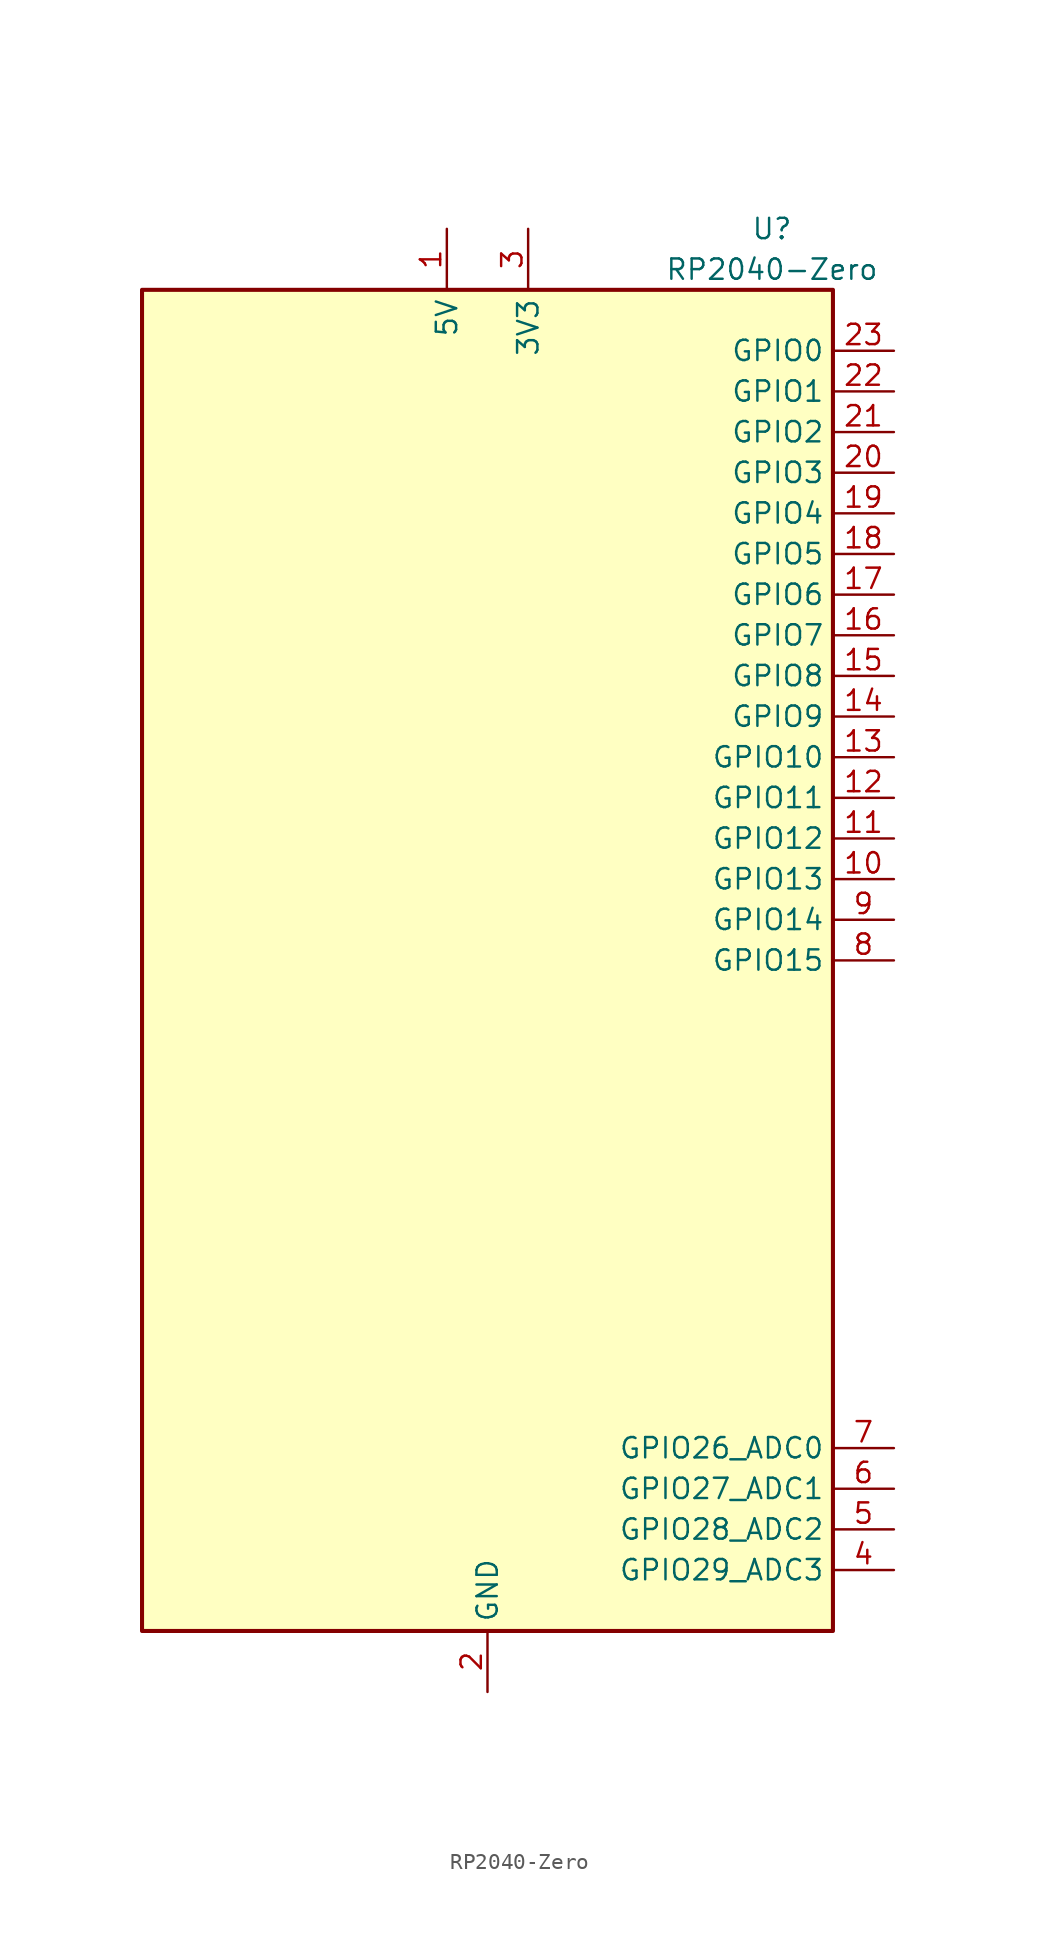
<source format=kicad_sym>
(kicad_symbol_lib
  (version 20211014)
  (generator kicad_symbol_editor)
  (symbol "RP2040-Zero"
    (property "Reference" "U"
      (at 17.78 45.72 0)
      (effects (font (size 1.27 1.27))))
    (property "Value" "RP2040-Zero"
      (at 17.78 43.18 0)
      (effects (font (size 1.27 1.27))))
    (symbol "RP2040-Zero_0_1"
      (rectangle (start -21.59 41.91) (end 21.59 -41.91) (stroke (width 0.254) (type default) (color 0 0 0 0)) (fill (type background))))
    (symbol "RP2040-Zero_1_1"
      (pin passive line (at -2.54 45.72 270) (length 3.81) (name "5V" (effects (font (size 1.27 1.27)))) (number "1" (effects (font (size 1.27 1.27)))))
      (pin bidirectional line (at 25.4 5.08 180) (length 3.81) (name "GPIO13" (effects (font (size 1.27 1.27)))) (number "10" (effects (font (size 1.27 1.27)))))
      (pin bidirectional line (at 25.4 7.62 180) (length 3.81) (name "GPIO12" (effects (font (size 1.27 1.27)))) (number "11" (effects (font (size 1.27 1.27)))))
      (pin bidirectional line (at 25.4 10.16 180) (length 3.81) (name "GPIO11" (effects (font (size 1.27 1.27)))) (number "12" (effects (font (size 1.27 1.27)))))
      (pin bidirectional line (at 25.4 12.7 180) (length 3.81) (name "GPIO10" (effects (font (size 1.27 1.27)))) (number "13" (effects (font (size 1.27 1.27)))))
      (pin bidirectional line (at 25.4 15.24 180) (length 3.81) (name "GPIO9" (effects (font (size 1.27 1.27)))) (number "14" (effects (font (size 1.27 1.27)))))
      (pin bidirectional line (at 25.4 17.78 180) (length 3.81) (name "GPIO8" (effects (font (size 1.27 1.27)))) (number "15" (effects (font (size 1.27 1.27)))))
      (pin bidirectional line (at 25.4 20.32 180) (length 3.81) (name "GPIO7" (effects (font (size 1.27 1.27)))) (number "16" (effects (font (size 1.27 1.27)))))
      (pin bidirectional line (at 25.4 22.86 180) (length 3.81) (name "GPIO6" (effects (font (size 1.27 1.27)))) (number "17" (effects (font (size 1.27 1.27)))))
      (pin bidirectional line (at 25.4 25.4 180) (length 3.81) (name "GPIO5" (effects (font (size 1.27 1.27)))) (number "18" (effects (font (size 1.27 1.27)))))
      (pin bidirectional line (at 25.4 27.94 180) (length 3.81) (name "GPIO4" (effects (font (size 1.27 1.27)))) (number "19" (effects (font (size 1.27 1.27)))))
      (pin passive line (at 0 -45.72 90) (length 3.81) (name "GND" (effects (font (size 1.27 1.27)))) (number "2" (effects (font (size 1.27 1.27)))))
      (pin bidirectional line (at 25.4 30.48 180) (length 3.81) (name "GPIO3" (effects (font (size 1.27 1.27)))) (number "20" (effects (font (size 1.27 1.27)))))
      (pin bidirectional line (at 25.4 33.02 180) (length 3.81) (name "GPIO2" (effects (font (size 1.27 1.27)))) (number "21" (effects (font (size 1.27 1.27)))))
      (pin bidirectional line (at 25.4 35.56 180) (length 3.81) (name "GPIO1" (effects (font (size 1.27 1.27)))) (number "22" (effects (font (size 1.27 1.27)))))
      (pin bidirectional line (at 25.4 38.1 180) (length 3.81) (name "GPIO0" (effects (font (size 1.27 1.27)))) (number "23" (effects (font (size 1.27 1.27)))))
      (pin passive line (at 2.54 45.72 270) (length 3.81) (name "3V3" (effects (font (size 1.27 1.27)))) (number "3" (effects (font (size 1.27 1.27)))))
      (pin bidirectional line (at 25.4 -38.1 180) (length 3.81) (name "GPIO29_ADC3" (effects (font (size 1.27 1.27)))) (number "4" (effects (font (size 1.27 1.27)))))
      (pin bidirectional line (at 25.4 -35.56 180) (length 3.81) (name "GPIO28_ADC2" (effects (font (size 1.27 1.27)))) (number "5" (effects (font (size 1.27 1.27)))))
      (pin bidirectional line (at 25.4 -33.02 180) (length 3.81) (name "GPIO27_ADC1" (effects (font (size 1.27 1.27)))) (number "6" (effects (font (size 1.27 1.27)))))
      (pin bidirectional line (at 25.4 -30.48 180) (length 3.81) (name "GPIO26_ADC0" (effects (font (size 1.27 1.27)))) (number "7" (effects (font (size 1.27 1.27)))))
      (pin bidirectional line (at 25.4 0 180) (length 3.81) (name "GPIO15" (effects (font (size 1.27 1.27)))) (number "8" (effects (font (size 1.27 1.27)))))
      (pin bidirectional line (at 25.4 2.54 180) (length 3.81) (name "GPIO14" (effects (font (size 1.27 1.27)))) (number "9" (effects (font (size 1.27 1.27))))))))
</source>
